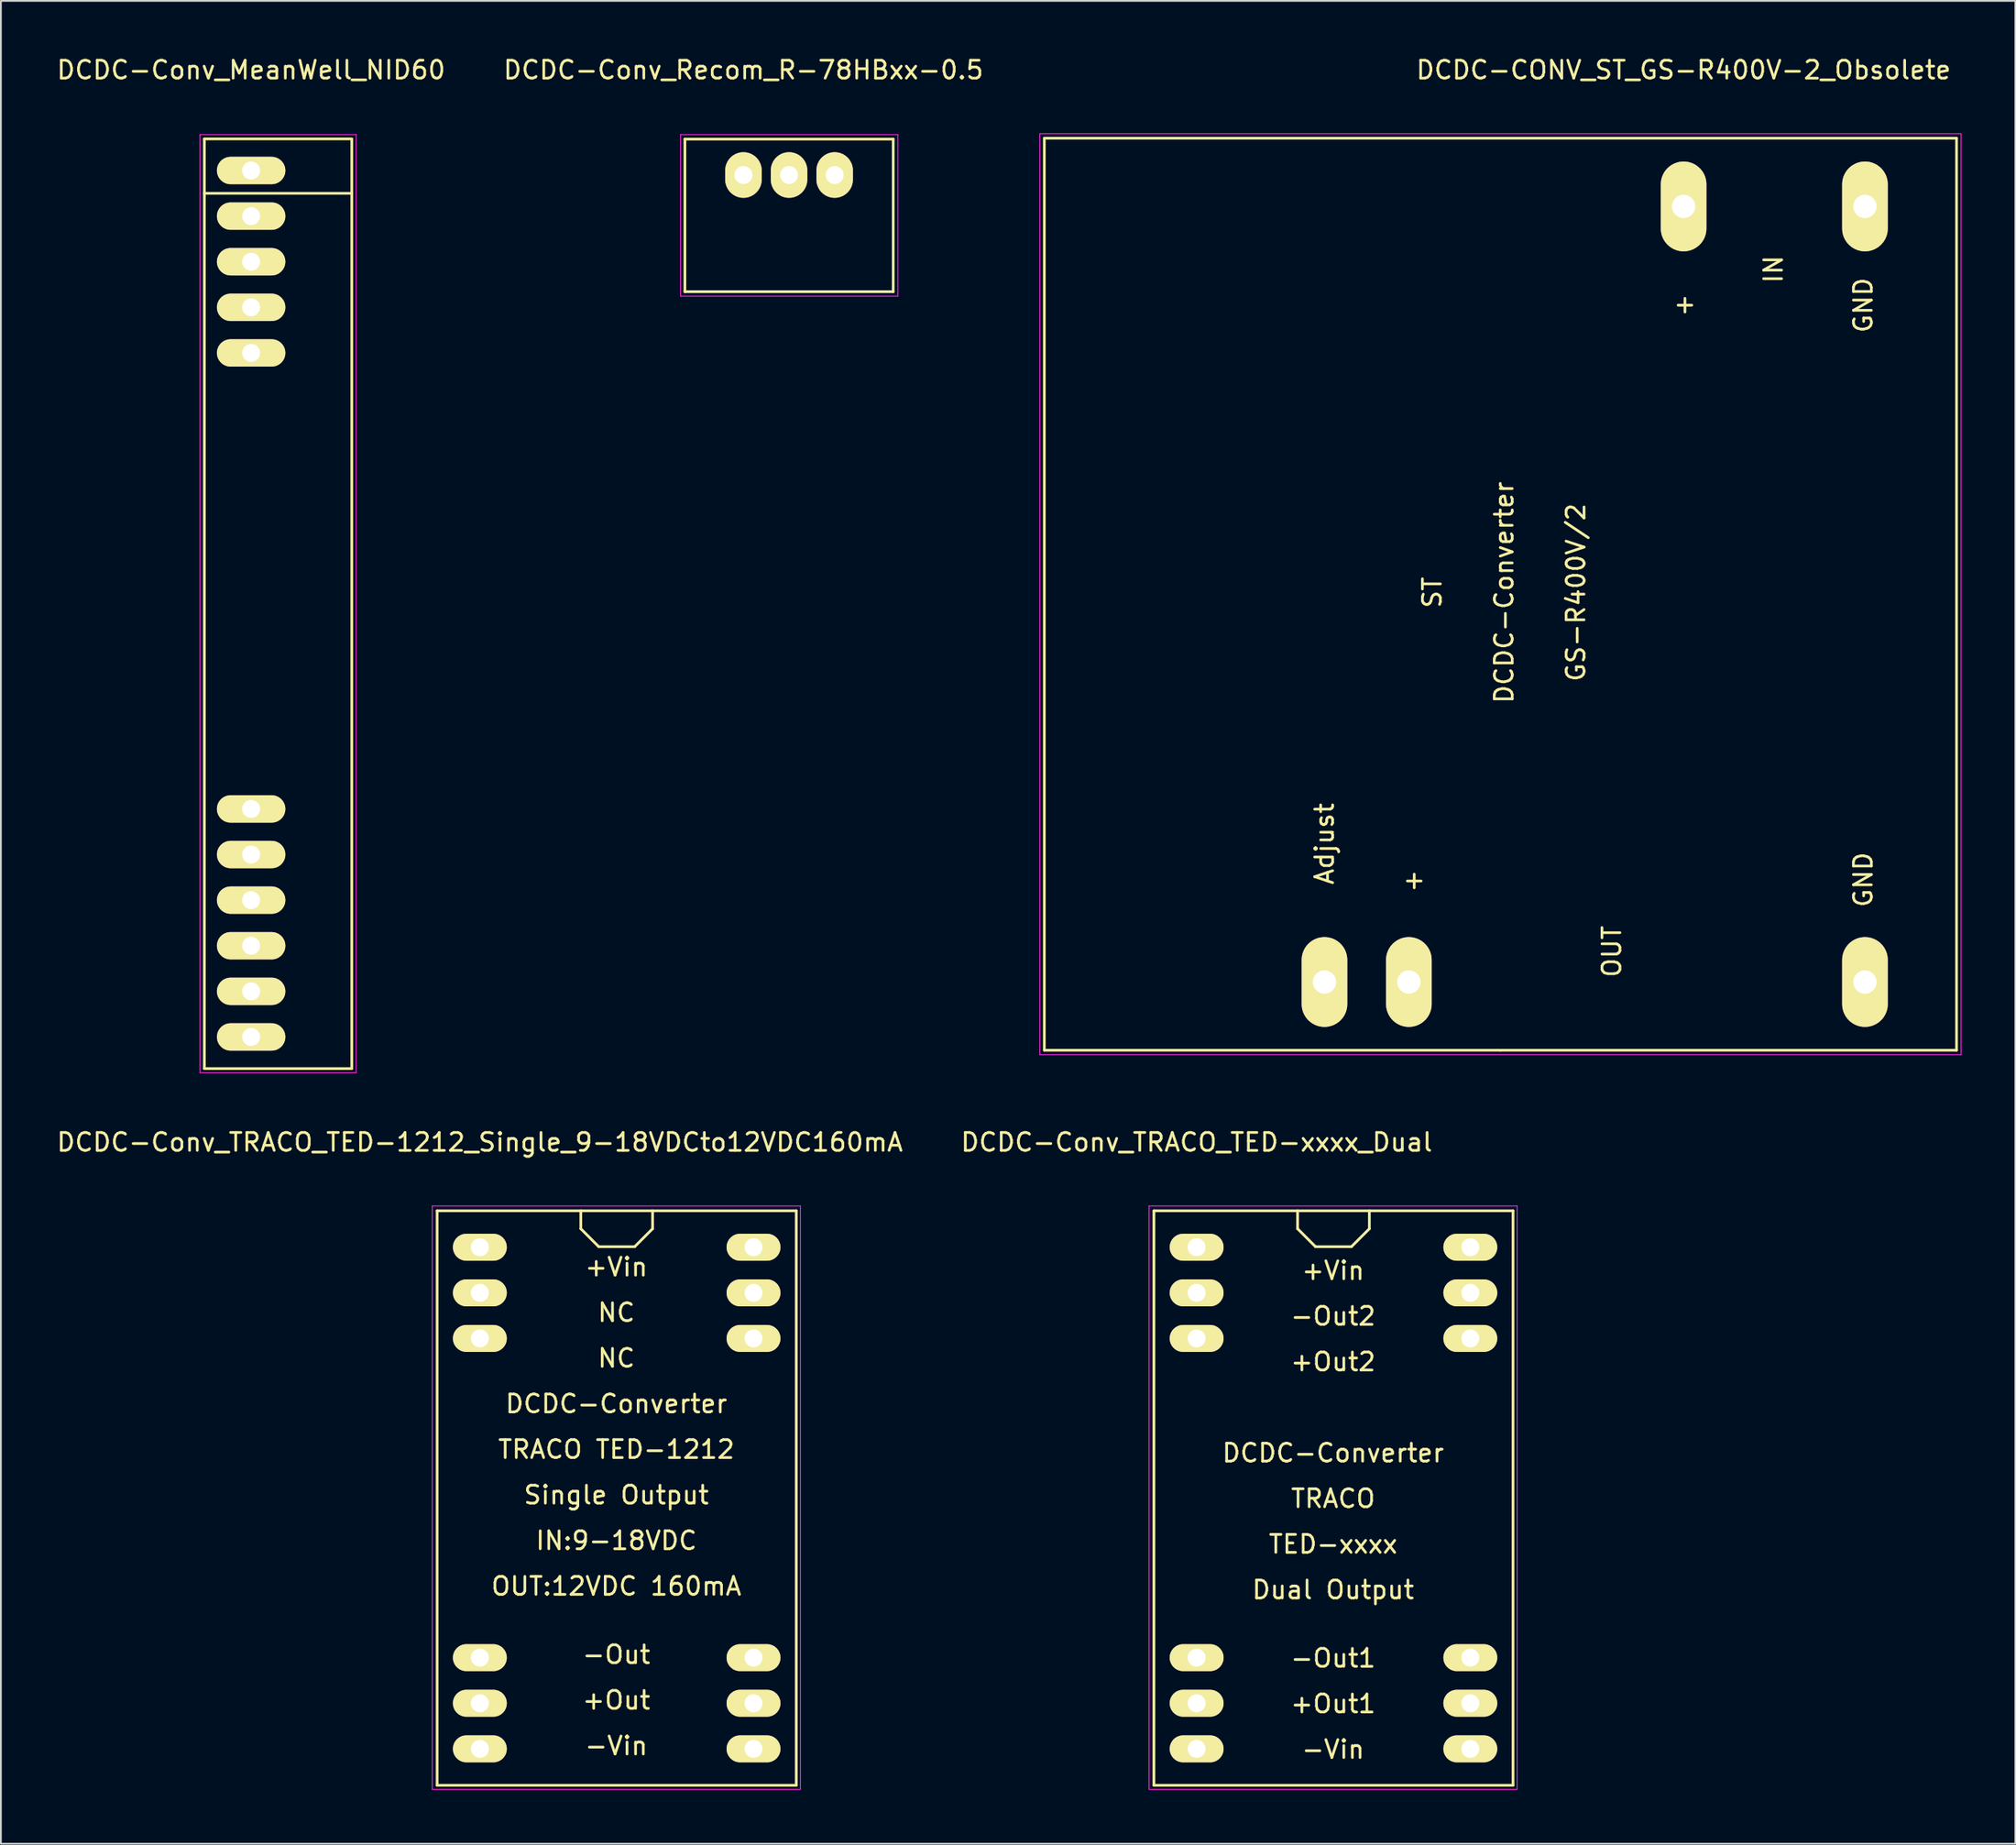
<source format=kicad_pcb>
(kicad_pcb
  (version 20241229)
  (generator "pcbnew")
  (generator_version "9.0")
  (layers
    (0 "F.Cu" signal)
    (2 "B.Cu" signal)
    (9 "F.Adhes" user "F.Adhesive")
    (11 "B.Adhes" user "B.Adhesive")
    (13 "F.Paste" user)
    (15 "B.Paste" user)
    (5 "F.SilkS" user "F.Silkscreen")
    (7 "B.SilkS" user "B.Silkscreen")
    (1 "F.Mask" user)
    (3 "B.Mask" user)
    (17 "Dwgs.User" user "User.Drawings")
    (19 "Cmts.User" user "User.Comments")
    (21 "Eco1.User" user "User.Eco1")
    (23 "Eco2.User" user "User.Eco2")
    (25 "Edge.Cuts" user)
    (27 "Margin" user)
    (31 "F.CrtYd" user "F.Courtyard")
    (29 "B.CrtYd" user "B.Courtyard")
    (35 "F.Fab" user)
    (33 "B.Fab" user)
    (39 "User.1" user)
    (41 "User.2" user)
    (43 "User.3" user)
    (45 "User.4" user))
  (footprint "DCDC-Conv_TRACO_TED-xxxx_Dual"
    (layer "F.Cu")
    (at 63.589 66.421)
    (property "Reference" "DCDC-Conv_TRACO_TED-xxxx_Dual" (at 0 -5.85 0) (layer "F.SilkS") (effects (font (size 1 1) (thickness 0.15))))
    (attr through_hole)
    (fp_line (start -2.38 -2.029) (end -2.38 29.97) (stroke (width 0.15) (type solid)) (layer "F.SilkS"))
    (fp_line (start -2.38 29.97) (end 17.62 29.97) (stroke (width 0.15) (type solid)) (layer "F.SilkS"))
    (fp_line (start 5.621 -2.029) (end 5.621 -1.031) (stroke (width 0.15) (type solid)) (layer "F.SilkS"))
    (fp_line (start 5.621 -1.031) (end 6.619 -0.03) (stroke (width 0.15) (type solid)) (layer "F.SilkS"))
    (fp_line (start 6.619 -0.03) (end 8.621 -0.03) (stroke (width 0.15) (type solid)) (layer "F.SilkS"))
    (fp_line (start 8.621 -0.03) (end 9.619 -1.031) (stroke (width 0.15) (type solid)) (layer "F.SilkS"))
    (fp_line (start 9.619 -1.031) (end 9.619 -2.029) (stroke (width 0.15) (type solid)) (layer "F.SilkS"))
    (fp_line (start 17.62 -2.029) (end -2.38 -2.029) (stroke (width 0.15) (type solid)) (layer "F.SilkS"))
    (fp_line (start 17.62 29.97) (end 17.62 -2.029) (stroke (width 0.15) (type solid)) (layer "F.SilkS"))
    (fp_line (start -2.65 -2.3) (end -2.65 30.2) (stroke (width 0.05) (type solid)) (layer "F.CrtYd"))
    (fp_line (start -2.65 -2.3) (end 17.85 -2.3) (stroke (width 0.05) (type solid)) (layer "F.CrtYd"))
    (fp_line (start -2.65 30.2) (end 17.85 30.2) (stroke (width 0.05) (type solid)) (layer "F.CrtYd"))
    (fp_line (start 17.85 -2.3) (end 17.85 30.2) (stroke (width 0.05) (type solid)) (layer "F.CrtYd"))
    (fp_text user "DCDC-Converter" (at 7.6 11.46 0) (layer "F.SilkS") (effects (font (size 1 1) (thickness 0.15))))
    (fp_text user "+Out2" (at 7.6 6.38 0) (layer "F.SilkS") (effects (font (size 1 1) (thickness 0.15))))
    (fp_text user "Dual Output" (at 7.6 19.08 0) (layer "F.SilkS") (effects (font (size 1 1) (thickness 0.15))))
    (fp_text user "+Out1" (at 7.6 25.43 0) (layer "F.SilkS") (effects (font (size 1 1) (thickness 0.15))))
    (fp_text user "+Vin" (at 7.6 1.3 0) (layer "F.SilkS") (effects (font (size 1 1) (thickness 0.15))))
    (fp_text user "TED-xxxx" (at 7.6 16.54 0) (layer "F.SilkS") (effects (font (size 1 1) (thickness 0.15))))
    (fp_text user "TRACO" (at 7.6 14 0) (layer "F.SilkS") (effects (font (size 1 1) (thickness 0.15))))
    (fp_text user "-Out1" (at 7.6 22.89 0) (layer "F.SilkS") (effects (font (size 1 1) (thickness 0.15))))
    (fp_text user "-Out2" (at 7.6 3.84 0) (layer "F.SilkS") (effects (font (size 1 1) (thickness 0.15))))
    (fp_text user "-Vin" (at 7.6 27.97 0) (layer "F.SilkS") (effects (font (size 1 1) (thickness 0.15))))
    (pad "1" thru_hole oval (at 0 0) (size 3 1.501) (drill 1.001) (layers "*.Cu" "*.Mask" "F.SilkS"))
    (pad "2" thru_hole oval (at 0 2.54) (size 3 1.501) (drill 1.001) (layers "*.Cu" "*.Mask" "F.SilkS"))
    (pad "3" thru_hole oval (at 0 5.08) (size 3 1.501) (drill 1.001) (layers "*.Cu" "*.Mask" "F.SilkS"))
    (pad "10" thru_hole oval (at 0 22.86) (size 3 1.501) (drill 1.001) (layers "*.Cu" "*.Mask" "F.SilkS"))
    (pad "11" thru_hole oval (at 0 25.4) (size 3 1.501) (drill 1.001) (layers "*.Cu" "*.Mask" "F.SilkS"))
    (pad "12" thru_hole oval (at 0 27.94) (size 3 1.501) (drill 1.001) (layers "*.Cu" "*.Mask" "F.SilkS"))
    (pad "13" thru_hole oval (at 15.24 27.94) (size 3 1.501) (drill 1.001) (layers "*.Cu" "*.Mask" "F.SilkS"))
    (pad "14" thru_hole oval (at 15.24 25.4) (size 3 1.501) (drill 1.001) (layers "*.Cu" "*.Mask" "F.SilkS"))
    (pad "15" thru_hole oval (at 15.24 22.86) (size 3 1.501) (drill 1.001) (layers "*.Cu" "*.Mask" "F.SilkS"))
    (pad "22" thru_hole oval (at 15.24 5.08) (size 3 1.501) (drill 1.001) (layers "*.Cu" "*.Mask" "F.SilkS"))
    (pad "23" thru_hole oval (at 15.24 2.54) (size 3 1.501) (drill 1.001) (layers "*.Cu" "*.Mask" "F.SilkS"))
    (pad "24" thru_hole oval (at 15.24 0) (size 3 1.501) (drill 1.001) (layers "*.Cu" "*.Mask" "F.SilkS")))
  (footprint "DCDC-Conv_MeanWell_NID60"
    (layer "F.Cu")
    (at 10.935 6.448)
    (property "Reference" "DCDC-Conv_MeanWell_NID60" (at 0 -5.6 0) (layer "F.SilkS") (effects (font (size 1 1) (thickness 0.15))))
    (attr through_hole)
    (fp_line (start -2.605 -1.762) (end 5.6 -1.762) (stroke (width 0.15) (type solid)) (layer "F.SilkS"))
    (fp_line (start -2.605 1.27) (end 5.6 1.27) (stroke (width 0.15) (type solid)) (layer "F.SilkS"))
    (fp_line (start -2.605 50.022) (end -2.605 -1.762) (stroke (width 0.15) (type solid)) (layer "F.SilkS"))
    (fp_line (start 5.6 50.022) (end -2.605 50.022) (stroke (width 0.15) (type solid)) (layer "F.SilkS"))
    (fp_line (start 5.605 -1.762) (end 5.605 50.022) (stroke (width 0.15) (type solid)) (layer "F.SilkS"))
    (fp_line (start -2.85 -2) (end -2.85 50.25) (stroke (width 0.05) (type solid)) (layer "F.CrtYd"))
    (fp_line (start -2.85 -2) (end 5.85 -2) (stroke (width 0.05) (type solid)) (layer "F.CrtYd"))
    (fp_line (start -2.85 50.25) (end 5.85 50.25) (stroke (width 0.05) (type solid)) (layer "F.CrtYd"))
    (fp_line (start 5.85 -2) (end 5.85 50.25) (stroke (width 0.05) (type solid)) (layer "F.CrtYd"))
    (pad "1" thru_hole oval (at 0 0) (size 3.81 1.524) (drill 1) (layers "*.Cu" "*.Mask" "F.SilkS"))
    (pad "2" thru_hole oval (at 0 2.54) (size 3.81 1.524) (drill 1) (layers "*.Cu" "*.Mask" "F.SilkS"))
    (pad "3" thru_hole oval (at 0 5.08) (size 3.81 1.524) (drill 1) (layers "*.Cu" "*.Mask" "F.SilkS"))
    (pad "4" thru_hole oval (at 0 7.62) (size 3.81 1.524) (drill 1) (layers "*.Cu" "*.Mask" "F.SilkS"))
    (pad "5" thru_hole oval (at 0 10.16) (size 3.81 1.524) (drill 1) (layers "*.Cu" "*.Mask" "F.SilkS"))
    (pad "6" thru_hole oval (at 0 35.56) (size 3.81 1.524) (drill 1) (layers "*.Cu" "*.Mask" "F.SilkS"))
    (pad "7" thru_hole oval (at 0 38.1) (size 3.81 1.524) (drill 1) (layers "*.Cu" "*.Mask" "F.SilkS"))
    (pad "8" thru_hole oval (at 0 40.64) (size 3.81 1.524) (drill 1) (layers "*.Cu" "*.Mask" "F.SilkS"))
    (pad "9" thru_hole oval (at 0 43.18) (size 3.81 1.524) (drill 1) (layers "*.Cu" "*.Mask" "F.SilkS"))
    (pad "10" thru_hole oval (at 0 45.72) (size 3.81 1.524) (drill 1) (layers "*.Cu" "*.Mask" "F.SilkS"))
    (pad "11" thru_hole oval (at 0 48.26) (size 3.81 1.524) (drill 1) (layers "*.Cu" "*.Mask" "F.SilkS")))
  (footprint "DCDC-CONV_ST_GS-R400V-2_Obsolete"
    (layer "F.Cu")
    (at 90.708 8.448)
    (property "Reference" "DCDC-CONV_ST_GS-R400V-2_Obsolete" (at 0 -7.6 0) (layer "F.SilkS") (effects (font (size 1 1) (thickness 0.15))))
    (attr through_hole)
    (fp_line (start -35.601 -3.8) (end -35.601 47) (stroke (width 0.15) (type solid)) (layer "F.SilkS"))
    (fp_line (start -35.601 47) (end -10.201 47) (stroke (width 0.15) (type solid)) (layer "F.SilkS"))
    (fp_line (start -10.201 47) (end 15.199 47) (stroke (width 0.15) (type solid)) (layer "F.SilkS"))
    (fp_line (start 15.199 -3.8) (end -35.601 -3.8) (stroke (width 0.15) (type solid)) (layer "F.SilkS"))
    (fp_line (start 15.199 47) (end 15.199 -3.8) (stroke (width 0.15) (type solid)) (layer "F.SilkS"))
    (fp_line (start -35.85 -4.05) (end -35.85 47.25) (stroke (width 0.05) (type solid)) (layer "F.CrtYd"))
    (fp_line (start -35.85 -4.05) (end 15.45 -4.05) (stroke (width 0.05) (type solid)) (layer "F.CrtYd"))
    (fp_line (start -35.85 47.25) (end 15.45 47.25) (stroke (width 0.05) (type solid)) (layer "F.CrtYd"))
    (fp_line (start 15.45 -4.05) (end 15.45 47.25) (stroke (width 0.05) (type solid)) (layer "F.CrtYd"))
    (fp_text user "OUT" (at -4.001 41.5 90) (layer "F.SilkS") (effects (font (size 1 1) (thickness 0.15))))
    (fp_text user "GS-R400V/2" (at -6 21.5 90) (layer "F.SilkS") (effects (font (size 1 1) (thickness 0.15))))
    (fp_text user "IN" (at 5.001 3.499 90) (layer "F.SilkS") (effects (font (size 1 1) (thickness 0.15))))
    (fp_text user "ST" (at -14.001 21.5 90) (layer "F.SilkS") (effects (font (size 1 1) (thickness 0.15))))
    (fp_text user "GND" (at 10 5.501 90) (layer "F.SilkS") (effects (font (size 1 1) (thickness 0.15))))
    (fp_text user "DCDC-Converter" (at -10 21.5 90) (layer "F.SilkS") (effects (font (size 1 1) (thickness 0.15))))
    (fp_text user "GND" (at 10 37.499 90) (layer "F.SilkS") (effects (font (size 1 1) (thickness 0.15))))
    (fp_text user "+" (at -15.001 37.499 0) (layer "F.SilkS") (effects (font (size 1 1) (thickness 0.15))))
    (fp_text user "Adjust" (at -20 35.5 90) (layer "F.SilkS") (effects (font (size 1 1) (thickness 0.15))))
    (fp_text user "+" (at -0.00002 5.501 90) (layer "F.SilkS") (effects (font (size 1 1) (thickness 0.15))))
    (pad "1" thru_hole oval (at 0 0) (size 2.54 5.001) (drill 1.3) (layers "*.Cu" "*.Mask" "F.SilkS"))
    (pad "2" thru_hole oval (at 10.099 0) (size 2.54 5.001) (drill 1.3) (layers "*.Cu" "*.Mask" "F.SilkS"))
    (pad "3" thru_hole oval (at 10.099 43.2) (size 2.54 5.001) (drill 1.3) (layers "*.Cu" "*.Mask" "F.SilkS"))
    (pad "4" thru_hole oval (at -15.301 43.2) (size 2.54 5.001) (drill 1.3) (layers "*.Cu" "*.Mask" "F.SilkS"))
    (pad "5" thru_hole oval (at -20 43.2) (size 2.54 5.001) (drill 1.3) (layers "*.Cu" "*.Mask" "F.SilkS")))
  (footprint "DCDC-Conv_TRACO_TED-1212_Single_9-18VDCto12VDC160mA"
    (layer "F.Cu")
    (at 23.673 66.421)
    (property "Reference" "DCDC-Conv_TRACO_TED-1212_Single_9-18VDCto12VDC160mA" (at 0 -5.85 0) (layer "F.SilkS") (effects (font (size 1 1) (thickness 0.15))))
    (attr through_hole)
    (fp_line (start -2.38 -2.029) (end -2.38 29.97) (stroke (width 0.15) (type solid)) (layer "F.SilkS"))
    (fp_line (start -2.38 29.97) (end 17.62 29.97) (stroke (width 0.15) (type solid)) (layer "F.SilkS"))
    (fp_line (start 5.621 -2.029) (end 5.621 -1.031) (stroke (width 0.15) (type solid)) (layer "F.SilkS"))
    (fp_line (start 5.621 -1.031) (end 6.619 -0.03) (stroke (width 0.15) (type solid)) (layer "F.SilkS"))
    (fp_line (start 6.619 -0.03) (end 8.621 -0.03) (stroke (width 0.15) (type solid)) (layer "F.SilkS"))
    (fp_line (start 8.621 -0.03) (end 9.619 -1.031) (stroke (width 0.15) (type solid)) (layer "F.SilkS"))
    (fp_line (start 9.619 -1.031) (end 9.619 -2.029) (stroke (width 0.15) (type solid)) (layer "F.SilkS"))
    (fp_line (start 17.62 -2.029) (end -2.38 -2.029) (stroke (width 0.15) (type solid)) (layer "F.SilkS"))
    (fp_line (start 17.62 29.97) (end 17.62 -2.029) (stroke (width 0.15) (type solid)) (layer "F.SilkS"))
    (fp_line (start -2.65 -2.3) (end -2.65 30.2) (stroke (width 0.05) (type solid)) (layer "F.CrtYd"))
    (fp_line (start -2.65 -2.3) (end 17.85 -2.3) (stroke (width 0.05) (type solid)) (layer "F.CrtYd"))
    (fp_line (start -2.65 30.2) (end 17.85 30.2) (stroke (width 0.05) (type solid)) (layer "F.CrtYd"))
    (fp_line (start 17.85 -2.3) (end 17.85 30.2) (stroke (width 0.05) (type solid)) (layer "F.CrtYd"))
    (fp_text user "TRACO TED-1212" (at 7.6 11.26 0) (layer "F.SilkS") (effects (font (size 1 1) (thickness 0.15))))
    (fp_text user "-Out" (at 7.6 22.69 0) (layer "F.SilkS") (effects (font (size 1 1) (thickness 0.15))))
    (fp_text user "+Vin" (at 7.6 1.1 0) (layer "F.SilkS") (effects (font (size 1 1) (thickness 0.15))))
    (fp_text user "DCDC-Converter" (at 7.6 8.72 0) (layer "F.SilkS") (effects (font (size 1 1) (thickness 0.15))))
    (fp_text user "IN:9-18VDC" (at 7.6 16.34 0) (layer "F.SilkS") (effects (font (size 1 1) (thickness 0.15))))
    (fp_text user "OUT:12VDC 160mA" (at 7.6 18.88 0) (layer "F.SilkS") (effects (font (size 1 1) (thickness 0.15))))
    (fp_text user "+Out" (at 7.6 25.23 0) (layer "F.SilkS") (effects (font (size 1 1) (thickness 0.15))))
    (fp_text user "NC" (at 7.6 3.64 0) (layer "F.SilkS") (effects (font (size 1 1) (thickness 0.15))))
    (fp_text user "Single Output" (at 7.6 13.8 0) (layer "F.SilkS") (effects (font (size 1 1) (thickness 0.15))))
    (fp_text user "-Vin" (at 7.6 27.77 0) (layer "F.SilkS") (effects (font (size 1 1) (thickness 0.15))))
    (fp_text user "NC" (at 7.6 6.18 0) (layer "F.SilkS") (effects (font (size 1 1) (thickness 0.15))))
    (pad "1" thru_hole oval (at 0 0) (size 3 1.501) (drill 1.001) (layers "*.Cu" "*.Mask" "F.SilkS"))
    (pad "2" thru_hole oval (at 0 2.54) (size 3 1.501) (drill 1.001) (layers "*.Cu" "*.Mask" "F.SilkS"))
    (pad "3" thru_hole oval (at 0 5.08) (size 3 1.501) (drill 1.001) (layers "*.Cu" "*.Mask" "F.SilkS"))
    (pad "10" thru_hole oval (at 0 22.86) (size 3 1.501) (drill 1.001) (layers "*.Cu" "*.Mask" "F.SilkS"))
    (pad "11" thru_hole oval (at 0 25.4) (size 3 1.501) (drill 1.001) (layers "*.Cu" "*.Mask" "F.SilkS"))
    (pad "12" thru_hole oval (at 0 27.94) (size 3 1.501) (drill 1.001) (layers "*.Cu" "*.Mask" "F.SilkS"))
    (pad "13" thru_hole oval (at 15.24 27.94) (size 3 1.501) (drill 1.001) (layers "*.Cu" "*.Mask" "F.SilkS"))
    (pad "14" thru_hole oval (at 15.24 25.4) (size 3 1.501) (drill 1.001) (layers "*.Cu" "*.Mask" "F.SilkS"))
    (pad "15" thru_hole oval (at 15.24 22.86) (size 3 1.501) (drill 1.001) (layers "*.Cu" "*.Mask" "F.SilkS"))
    (pad "22" thru_hole oval (at 15.24 5.08) (size 3 1.501) (drill 1.001) (layers "*.Cu" "*.Mask" "F.SilkS"))
    (pad "23" thru_hole oval (at 15.24 2.54) (size 3 1.501) (drill 1.001) (layers "*.Cu" "*.Mask" "F.SilkS"))
    (pad "24" thru_hole oval (at 15.24 0) (size 3 1.501) (drill 1.001) (layers "*.Cu" "*.Mask" "F.SilkS")))
  (footprint "DCDC-Conv_Recom_R-78HBxx-0.5"
    (layer "F.Cu")
    (at 38.351 6.698)
    (property "Reference" "DCDC-Conv_Recom_R-78HBxx-0.5" (at 0 -5.85 0) (layer "F.SilkS") (effects (font (size 1 1) (thickness 0.15))))
    (attr through_hole)
    (fp_line (start -3.26 -2) (end 8.34 -2) (stroke (width 0.15) (type solid)) (layer "F.SilkS"))
    (fp_line (start -3.26 6.5) (end -3.26 -2) (stroke (width 0.15) (type solid)) (layer "F.SilkS"))
    (fp_line (start 8.34 -2) (end 8.34 6.5) (stroke (width 0.15) (type solid)) (layer "F.SilkS"))
    (fp_line (start 8.34 6.5) (end -3.26 6.5) (stroke (width 0.15) (type solid)) (layer "F.SilkS"))
    (fp_line (start -3.5 -2.25) (end -3.5 6.75) (stroke (width 0.05) (type solid)) (layer "F.CrtYd"))
    (fp_line (start -3.5 -2.25) (end 8.6 -2.25) (stroke (width 0.05) (type solid)) (layer "F.CrtYd"))
    (fp_line (start -3.5 6.75) (end 8.6 6.75) (stroke (width 0.05) (type solid)) (layer "F.CrtYd"))
    (fp_line (start 8.6 -2.25) (end 8.6 6.75) (stroke (width 0.05) (type solid)) (layer "F.CrtYd"))
    (pad "1" thru_hole oval (at 0 0) (size 2.032 2.54) (drill 1) (layers "*.Cu" "*.Mask" "F.SilkS"))
    (pad "2" thru_hole oval (at 2.54 0) (size 2.032 2.54) (drill 1) (layers "*.Cu" "*.Mask" "F.SilkS"))
    (pad "3" thru_hole oval (at 5.08 0) (size 2.032 2.54) (drill 1) (layers "*.Cu" "*.Mask" "F.SilkS")))
  (gr_rect
    (start -3 -3)
    (end 109.183 99.647)
    (stroke (width 0.1) (type default))
    (fill no)
    (layer "Edge.Cuts")))
</source>
